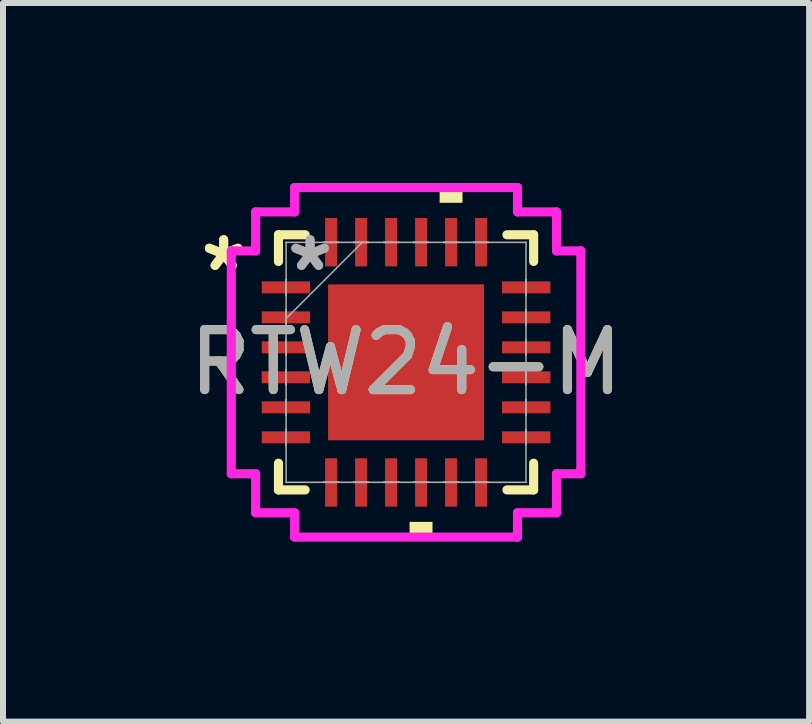
<source format=kicad_pcb>
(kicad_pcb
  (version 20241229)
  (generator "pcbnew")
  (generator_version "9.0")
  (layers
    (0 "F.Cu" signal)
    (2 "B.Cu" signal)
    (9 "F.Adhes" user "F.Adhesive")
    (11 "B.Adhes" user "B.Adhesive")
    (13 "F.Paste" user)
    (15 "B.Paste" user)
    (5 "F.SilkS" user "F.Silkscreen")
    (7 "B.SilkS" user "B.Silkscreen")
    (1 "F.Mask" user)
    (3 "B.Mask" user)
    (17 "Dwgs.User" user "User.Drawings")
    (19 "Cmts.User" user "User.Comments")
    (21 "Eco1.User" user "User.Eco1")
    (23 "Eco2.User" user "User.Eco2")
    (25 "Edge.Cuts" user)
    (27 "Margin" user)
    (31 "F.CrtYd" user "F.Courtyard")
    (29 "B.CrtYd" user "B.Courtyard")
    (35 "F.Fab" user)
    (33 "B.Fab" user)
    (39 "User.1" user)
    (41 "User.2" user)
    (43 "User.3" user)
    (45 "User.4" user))
  (footprint "RTW24-M"
    (layer "F.Cu")
    (at 3.72 2.991)
    (property "Reference" "RTW24-M" (at 0 0 0) (unlocked yes) (layer "F.SilkS") (effects (font (size 1 1) (thickness 0.15))))
    (attr smd)
    (fp_line (start -2.127 -2.127) (end -2.127 -1.682) (stroke (width 0.152) (type solid)) (layer "F.SilkS"))
    (fp_line (start -2.127 1.682) (end -2.127 2.127) (stroke (width 0.152) (type solid)) (layer "F.SilkS"))
    (fp_line (start -2.127 2.127) (end -1.682 2.127) (stroke (width 0.152) (type solid)) (layer "F.SilkS"))
    (fp_line (start -1.682 -2.127) (end -2.127 -2.127) (stroke (width 0.152) (type solid)) (layer "F.SilkS"))
    (fp_line (start 1.682 2.127) (end 2.127 2.127) (stroke (width 0.152) (type solid)) (layer "F.SilkS"))
    (fp_line (start 2.127 -2.127) (end 1.682 -2.127) (stroke (width 0.152) (type solid)) (layer "F.SilkS"))
    (fp_line (start 2.127 -1.682) (end 2.127 -2.127) (stroke (width 0.152) (type solid)) (layer "F.SilkS"))
    (fp_line (start 2.127 2.127) (end 2.127 1.682) (stroke (width 0.152) (type solid)) (layer "F.SilkS"))
    (fp_poly (pts (xy 0.059 2.66) (xy 0.059 2.914) (xy 0.441 2.914) (xy 0.441 2.66)) (stroke (width 0) (type solid)) (fill yes) (layer "F.SilkS"))
    (fp_poly (pts (xy 0.56 -2.66) (xy 0.56 -2.914) (xy 0.941 -2.914) (xy 0.941 -2.66)) (stroke (width 0) (type solid)) (fill yes) (layer "F.SilkS"))
    (fp_poly (pts (xy -1.2 -1.2) (xy -1.2 -0.1) (xy -0.1 -0.1) (xy -0.1 -1.2)) (stroke (width 0) (type solid)) (fill yes) (layer "F.Paste"))
    (fp_poly (pts (xy -1.2 0.1) (xy -1.2 1.2) (xy -0.1 1.2) (xy -0.1 0.1)) (stroke (width 0) (type solid)) (fill yes) (layer "F.Paste"))
    (fp_poly (pts (xy 0.1 -1.2) (xy 0.1 -0.1) (xy 1.2 -0.1) (xy 1.2 -1.2)) (stroke (width 0) (type solid)) (fill yes) (layer "F.Paste"))
    (fp_poly (pts (xy 0.1 0.1) (xy 0.1 1.2) (xy 1.2 1.2) (xy 1.2 0.1)) (stroke (width 0) (type solid)) (fill yes) (layer "F.Paste"))
    (fp_line (start -2.914 -1.858) (end -2.508 -1.858) (stroke (width 0.152) (type solid)) (layer "F.CrtYd"))
    (fp_line (start -2.914 1.858) (end -2.914 -1.858) (stroke (width 0.152) (type solid)) (layer "F.CrtYd"))
    (fp_line (start -2.508 -2.508) (end -1.858 -2.508) (stroke (width 0.152) (type solid)) (layer "F.CrtYd"))
    (fp_line (start -2.508 -1.858) (end -2.508 -2.508) (stroke (width 0.152) (type solid)) (layer "F.CrtYd"))
    (fp_line (start -2.508 1.858) (end -2.914 1.858) (stroke (width 0.152) (type solid)) (layer "F.CrtYd"))
    (fp_line (start -2.508 2.508) (end -2.508 1.858) (stroke (width 0.152) (type solid)) (layer "F.CrtYd"))
    (fp_line (start -1.858 -2.914) (end 1.858 -2.914) (stroke (width 0.152) (type solid)) (layer "F.CrtYd"))
    (fp_line (start -1.858 -2.508) (end -1.858 -2.914) (stroke (width 0.152) (type solid)) (layer "F.CrtYd"))
    (fp_line (start -1.858 2.508) (end -2.508 2.508) (stroke (width 0.152) (type solid)) (layer "F.CrtYd"))
    (fp_line (start -1.858 2.914) (end -1.858 2.508) (stroke (width 0.152) (type solid)) (layer "F.CrtYd"))
    (fp_line (start 1.858 -2.914) (end 1.858 -2.508) (stroke (width 0.152) (type solid)) (layer "F.CrtYd"))
    (fp_line (start 1.858 -2.508) (end 2.508 -2.508) (stroke (width 0.152) (type solid)) (layer "F.CrtYd"))
    (fp_line (start 1.858 2.508) (end 1.858 2.914) (stroke (width 0.152) (type solid)) (layer "F.CrtYd"))
    (fp_line (start 1.858 2.914) (end -1.858 2.914) (stroke (width 0.152) (type solid)) (layer "F.CrtYd"))
    (fp_line (start 2.508 -2.508) (end 2.508 -1.858) (stroke (width 0.152) (type solid)) (layer "F.CrtYd"))
    (fp_line (start 2.508 -1.858) (end 2.914 -1.858) (stroke (width 0.152) (type solid)) (layer "F.CrtYd"))
    (fp_line (start 2.508 1.858) (end 2.508 2.508) (stroke (width 0.152) (type solid)) (layer "F.CrtYd"))
    (fp_line (start 2.508 2.508) (end 1.858 2.508) (stroke (width 0.152) (type solid)) (layer "F.CrtYd"))
    (fp_line (start 2.914 -1.858) (end 2.914 1.858) (stroke (width 0.152) (type solid)) (layer "F.CrtYd"))
    (fp_line (start 2.914 1.858) (end 2.508 1.858) (stroke (width 0.152) (type solid)) (layer "F.CrtYd"))
    (fp_line (start -2 -2) (end -2 -2) (stroke (width 0.025) (type solid)) (layer "F.Fab"))
    (fp_line (start -2 -2) (end -2 2) (stroke (width 0.025) (type solid)) (layer "F.Fab"))
    (fp_line (start -2 -1.375) (end -2 -1.375) (stroke (width 0.025) (type solid)) (layer "F.Fab"))
    (fp_line (start -2 -1.375) (end -2 -1.125) (stroke (width 0.025) (type solid)) (layer "F.Fab"))
    (fp_line (start -2 -1.125) (end -2 -1.375) (stroke (width 0.025) (type solid)) (layer "F.Fab"))
    (fp_line (start -2 -1.125) (end -2 -1.125) (stroke (width 0.025) (type solid)) (layer "F.Fab"))
    (fp_line (start -2 -0.875) (end -2 -0.875) (stroke (width 0.025) (type solid)) (layer "F.Fab"))
    (fp_line (start -2 -0.875) (end -2 -0.625) (stroke (width 0.025) (type solid)) (layer "F.Fab"))
    (fp_line (start -2 -0.73) (end -0.73 -2) (stroke (width 0.025) (type solid)) (layer "F.Fab"))
    (fp_line (start -2 -0.625) (end -2 -0.875) (stroke (width 0.025) (type solid)) (layer "F.Fab"))
    (fp_line (start -2 -0.625) (end -2 -0.625) (stroke (width 0.025) (type solid)) (layer "F.Fab"))
    (fp_line (start -2 -0.375) (end -2 -0.375) (stroke (width 0.025) (type solid)) (layer "F.Fab"))
    (fp_line (start -2 -0.375) (end -2 -0.125) (stroke (width 0.025) (type solid)) (layer "F.Fab"))
    (fp_line (start -2 -0.125) (end -2 -0.375) (stroke (width 0.025) (type solid)) (layer "F.Fab"))
    (fp_line (start -2 -0.125) (end -2 -0.125) (stroke (width 0.025) (type solid)) (layer "F.Fab"))
    (fp_line (start -2 0.125) (end -2 0.125) (stroke (width 0.025) (type solid)) (layer "F.Fab"))
    (fp_line (start -2 0.125) (end -2 0.375) (stroke (width 0.025) (type solid)) (layer "F.Fab"))
    (fp_line (start -2 0.375) (end -2 0.125) (stroke (width 0.025) (type solid)) (layer "F.Fab"))
    (fp_line (start -2 0.375) (end -2 0.375) (stroke (width 0.025) (type solid)) (layer "F.Fab"))
    (fp_line (start -2 0.625) (end -2 0.625) (stroke (width 0.025) (type solid)) (layer "F.Fab"))
    (fp_line (start -2 0.625) (end -2 0.875) (stroke (width 0.025) (type solid)) (layer "F.Fab"))
    (fp_line (start -2 0.875) (end -2 0.625) (stroke (width 0.025) (type solid)) (layer "F.Fab"))
    (fp_line (start -2 0.875) (end -2 0.875) (stroke (width 0.025) (type solid)) (layer "F.Fab"))
    (fp_line (start -2 1.125) (end -2 1.125) (stroke (width 0.025) (type solid)) (layer "F.Fab"))
    (fp_line (start -2 1.125) (end -2 1.375) (stroke (width 0.025) (type solid)) (layer "F.Fab"))
    (fp_line (start -2 1.375) (end -2 1.125) (stroke (width 0.025) (type solid)) (layer "F.Fab"))
    (fp_line (start -2 1.375) (end -2 1.375) (stroke (width 0.025) (type solid)) (layer "F.Fab"))
    (fp_line (start -2 2) (end -2 2) (stroke (width 0.025) (type solid)) (layer "F.Fab"))
    (fp_line (start -2 2) (end 2 2) (stroke (width 0.025) (type solid)) (layer "F.Fab"))
    (fp_line (start -1.375 -2) (end -1.375 -2) (stroke (width 0.025) (type solid)) (layer "F.Fab"))
    (fp_line (start -1.375 -2) (end -1.125 -2) (stroke (width 0.025) (type solid)) (layer "F.Fab"))
    (fp_line (start -1.375 2) (end -1.375 2) (stroke (width 0.025) (type solid)) (layer "F.Fab"))
    (fp_line (start -1.375 2) (end -1.125 2) (stroke (width 0.025) (type solid)) (layer "F.Fab"))
    (fp_line (start -1.125 -2) (end -1.375 -2) (stroke (width 0.025) (type solid)) (layer "F.Fab"))
    (fp_line (start -1.125 -2) (end -1.125 -2) (stroke (width 0.025) (type solid)) (layer "F.Fab"))
    (fp_line (start -1.125 2) (end -1.375 2) (stroke (width 0.025) (type solid)) (layer "F.Fab"))
    (fp_line (start -1.125 2) (end -1.125 2) (stroke (width 0.025) (type solid)) (layer "F.Fab"))
    (fp_line (start -0.875 -2) (end -0.875 -2) (stroke (width 0.025) (type solid)) (layer "F.Fab"))
    (fp_line (start -0.875 -2) (end -0.625 -2) (stroke (width 0.025) (type solid)) (layer "F.Fab"))
    (fp_line (start -0.875 2) (end -0.875 2) (stroke (width 0.025) (type solid)) (layer "F.Fab"))
    (fp_line (start -0.875 2) (end -0.625 2) (stroke (width 0.025) (type solid)) (layer "F.Fab"))
    (fp_line (start -0.625 -2) (end -0.875 -2) (stroke (width 0.025) (type solid)) (layer "F.Fab"))
    (fp_line (start -0.625 -2) (end -0.625 -2) (stroke (width 0.025) (type solid)) (layer "F.Fab"))
    (fp_line (start -0.625 2) (end -0.875 2) (stroke (width 0.025) (type solid)) (layer "F.Fab"))
    (fp_line (start -0.625 2) (end -0.625 2) (stroke (width 0.025) (type solid)) (layer "F.Fab"))
    (fp_line (start -0.375 -2) (end -0.375 -2) (stroke (width 0.025) (type solid)) (layer "F.Fab"))
    (fp_line (start -0.375 -2) (end -0.125 -2) (stroke (width 0.025) (type solid)) (layer "F.Fab"))
    (fp_line (start -0.375 2) (end -0.375 2) (stroke (width 0.025) (type solid)) (layer "F.Fab"))
    (fp_line (start -0.375 2) (end -0.125 2) (stroke (width 0.025) (type solid)) (layer "F.Fab"))
    (fp_line (start -0.125 -2) (end -0.375 -2) (stroke (width 0.025) (type solid)) (layer "F.Fab"))
    (fp_line (start -0.125 -2) (end -0.125 -2) (stroke (width 0.025) (type solid)) (layer "F.Fab"))
    (fp_line (start -0.125 2) (end -0.375 2) (stroke (width 0.025) (type solid)) (layer "F.Fab"))
    (fp_line (start -0.125 2) (end -0.125 2) (stroke (width 0.025) (type solid)) (layer "F.Fab"))
    (fp_line (start 0.125 -2) (end 0.125 -2) (stroke (width 0.025) (type solid)) (layer "F.Fab"))
    (fp_line (start 0.125 -2) (end 0.375 -2) (stroke (width 0.025) (type solid)) (layer "F.Fab"))
    (fp_line (start 0.125 2) (end 0.125 2) (stroke (width 0.025) (type solid)) (layer "F.Fab"))
    (fp_line (start 0.125 2) (end 0.375 2) (stroke (width 0.025) (type solid)) (layer "F.Fab"))
    (fp_line (start 0.375 -2) (end 0.125 -2) (stroke (width 0.025) (type solid)) (layer "F.Fab"))
    (fp_line (start 0.375 -2) (end 0.375 -2) (stroke (width 0.025) (type solid)) (layer "F.Fab"))
    (fp_line (start 0.375 2) (end 0.125 2) (stroke (width 0.025) (type solid)) (layer "F.Fab"))
    (fp_line (start 0.375 2) (end 0.375 2) (stroke (width 0.025) (type solid)) (layer "F.Fab"))
    (fp_line (start 0.625 -2) (end 0.625 -2) (stroke (width 0.025) (type solid)) (layer "F.Fab"))
    (fp_line (start 0.625 -2) (end 0.875 -2) (stroke (width 0.025) (type solid)) (layer "F.Fab"))
    (fp_line (start 0.625 2) (end 0.625 2) (stroke (width 0.025) (type solid)) (layer "F.Fab"))
    (fp_line (start 0.625 2) (end 0.875 2) (stroke (width 0.025) (type solid)) (layer "F.Fab"))
    (fp_line (start 0.875 -2) (end 0.625 -2) (stroke (width 0.025) (type solid)) (layer "F.Fab"))
    (fp_line (start 0.875 -2) (end 0.875 -2) (stroke (width 0.025) (type solid)) (layer "F.Fab"))
    (fp_line (start 0.875 2) (end 0.625 2) (stroke (width 0.025) (type solid)) (layer "F.Fab"))
    (fp_line (start 0.875 2) (end 0.875 2) (stroke (width 0.025) (type solid)) (layer "F.Fab"))
    (fp_line (start 1.125 -2) (end 1.125 -2) (stroke (width 0.025) (type solid)) (layer "F.Fab"))
    (fp_line (start 1.125 -2) (end 1.375 -2) (stroke (width 0.025) (type solid)) (layer "F.Fab"))
    (fp_line (start 1.125 2) (end 1.125 2) (stroke (width 0.025) (type solid)) (layer "F.Fab"))
    (fp_line (start 1.125 2) (end 1.375 2) (stroke (width 0.025) (type solid)) (layer "F.Fab"))
    (fp_line (start 1.375 -2) (end 1.125 -2) (stroke (width 0.025) (type solid)) (layer "F.Fab"))
    (fp_line (start 1.375 -2) (end 1.375 -2) (stroke (width 0.025) (type solid)) (layer "F.Fab"))
    (fp_line (start 1.375 2) (end 1.125 2) (stroke (width 0.025) (type solid)) (layer "F.Fab"))
    (fp_line (start 1.375 2) (end 1.375 2) (stroke (width 0.025) (type solid)) (layer "F.Fab"))
    (fp_line (start 2 -2) (end -2 -2) (stroke (width 0.025) (type solid)) (layer "F.Fab"))
    (fp_line (start 2 -2) (end 2 -2) (stroke (width 0.025) (type solid)) (layer "F.Fab"))
    (fp_line (start 2 -1.375) (end 2 -1.375) (stroke (width 0.025) (type solid)) (layer "F.Fab"))
    (fp_line (start 2 -1.375) (end 2 -1.125) (stroke (width 0.025) (type solid)) (layer "F.Fab"))
    (fp_line (start 2 -1.125) (end 2 -1.375) (stroke (width 0.025) (type solid)) (layer "F.Fab"))
    (fp_line (start 2 -1.125) (end 2 -1.125) (stroke (width 0.025) (type solid)) (layer "F.Fab"))
    (fp_line (start 2 -0.875) (end 2 -0.875) (stroke (width 0.025) (type solid)) (layer "F.Fab"))
    (fp_line (start 2 -0.875) (end 2 -0.625) (stroke (width 0.025) (type solid)) (layer "F.Fab"))
    (fp_line (start 2 -0.625) (end 2 -0.875) (stroke (width 0.025) (type solid)) (layer "F.Fab"))
    (fp_line (start 2 -0.625) (end 2 -0.625) (stroke (width 0.025) (type solid)) (layer "F.Fab"))
    (fp_line (start 2 -0.375) (end 2 -0.375) (stroke (width 0.025) (type solid)) (layer "F.Fab"))
    (fp_line (start 2 -0.375) (end 2 -0.125) (stroke (width 0.025) (type solid)) (layer "F.Fab"))
    (fp_line (start 2 -0.125) (end 2 -0.375) (stroke (width 0.025) (type solid)) (layer "F.Fab"))
    (fp_line (start 2 -0.125) (end 2 -0.125) (stroke (width 0.025) (type solid)) (layer "F.Fab"))
    (fp_line (start 2 0.125) (end 2 0.125) (stroke (width 0.025) (type solid)) (layer "F.Fab"))
    (fp_line (start 2 0.125) (end 2 0.375) (stroke (width 0.025) (type solid)) (layer "F.Fab"))
    (fp_line (start 2 0.375) (end 2 0.125) (stroke (width 0.025) (type solid)) (layer "F.Fab"))
    (fp_line (start 2 0.375) (end 2 0.375) (stroke (width 0.025) (type solid)) (layer "F.Fab"))
    (fp_line (start 2 0.625) (end 2 0.625) (stroke (width 0.025) (type solid)) (layer "F.Fab"))
    (fp_line (start 2 0.625) (end 2 0.875) (stroke (width 0.025) (type solid)) (layer "F.Fab"))
    (fp_line (start 2 0.875) (end 2 0.625) (stroke (width 0.025) (type solid)) (layer "F.Fab"))
    (fp_line (start 2 0.875) (end 2 0.875) (stroke (width 0.025) (type solid)) (layer "F.Fab"))
    (fp_line (start 2 1.125) (end 2 1.125) (stroke (width 0.025) (type solid)) (layer "F.Fab"))
    (fp_line (start 2 1.125) (end 2 1.375) (stroke (width 0.025) (type solid)) (layer "F.Fab"))
    (fp_line (start 2 1.375) (end 2 1.125) (stroke (width 0.025) (type solid)) (layer "F.Fab"))
    (fp_line (start 2 1.375) (end 2 1.375) (stroke (width 0.025) (type solid)) (layer "F.Fab"))
    (fp_line (start 2 2) (end 2 -2) (stroke (width 0.025) (type solid)) (layer "F.Fab"))
    (fp_line (start 2 2) (end 2 2) (stroke (width 0.025) (type solid)) (layer "F.Fab"))
    (fp_text user "*" (at -3.041 -1.5 0) (layer "F.SilkS") (effects (font (size 1 1) (thickness 0.15))))
    (fp_text user "*" (at -3.041 -1.5 0) (unlocked yes) (layer "F.SilkS") (effects (font (size 1 1) (thickness 0.15))))
    (fp_text user "*" (at -1.6 -1.5 0) (unlocked yes) (layer "F.Fab") (effects (font (size 1 1) (thickness 0.15))))
    (fp_text user "*" (at -1.6 -1.5 0) (layer "F.Fab") (effects (font (size 1 1) (thickness 0.15))))
    (fp_text user "${REFERENCE}" (at 0 0 0) (unlocked yes) (layer "F.Fab") (effects (font (size 1 1) (thickness 0.15))))
    (pad "1" smd rect (at -2.003 -1.25 90) (size 0.199 0.806) (layers "F.Cu" "F.Mask" "F.Paste"))
    (pad "2" smd rect (at -2.003 -0.75 90) (size 0.199 0.806) (layers "F.Cu" "F.Mask" "F.Paste"))
    (pad "3" smd rect (at -2.003 -0.25 90) (size 0.199 0.806) (layers "F.Cu" "F.Mask" "F.Paste"))
    (pad "4" smd rect (at -2.003 0.25 90) (size 0.199 0.806) (layers "F.Cu" "F.Mask" "F.Paste"))
    (pad "5" smd rect (at -2.003 0.75 90) (size 0.199 0.806) (layers "F.Cu" "F.Mask" "F.Paste"))
    (pad "6" smd rect (at -2.003 1.25 90) (size 0.199 0.806) (layers "F.Cu" "F.Mask" "F.Paste"))
    (pad "7" smd rect (at -1.25 2.003) (size 0.199 0.806) (layers "F.Cu" "F.Mask" "F.Paste"))
    (pad "8" smd rect (at -0.75 2.003) (size 0.199 0.806) (layers "F.Cu" "F.Mask" "F.Paste"))
    (pad "9" smd rect (at -0.25 2.003) (size 0.199 0.806) (layers "F.Cu" "F.Mask" "F.Paste"))
    (pad "10" smd rect (at 0.25 2.003) (size 0.199 0.806) (layers "F.Cu" "F.Mask" "F.Paste"))
    (pad "11" smd rect (at 0.75 2.003) (size 0.199 0.806) (layers "F.Cu" "F.Mask" "F.Paste"))
    (pad "12" smd rect (at 1.25 2.003) (size 0.199 0.806) (layers "F.Cu" "F.Mask" "F.Paste"))
    (pad "13" smd rect (at 2.003 1.25 90) (size 0.199 0.806) (layers "F.Cu" "F.Mask" "F.Paste"))
    (pad "14" smd rect (at 2.003 0.75 90) (size 0.199 0.806) (layers "F.Cu" "F.Mask" "F.Paste"))
    (pad "15" smd rect (at 2.003 0.25 90) (size 0.199 0.806) (layers "F.Cu" "F.Mask" "F.Paste"))
    (pad "16" smd rect (at 2.003 -0.25 90) (size 0.199 0.806) (layers "F.Cu" "F.Mask" "F.Paste"))
    (pad "17" smd rect (at 2.003 -0.75 90) (size 0.199 0.806) (layers "F.Cu" "F.Mask" "F.Paste"))
    (pad "18" smd rect (at 2.003 -1.25 90) (size 0.199 0.806) (layers "F.Cu" "F.Mask" "F.Paste"))
    (pad "19" smd rect (at 1.25 -2.003) (size 0.199 0.806) (layers "F.Cu" "F.Mask" "F.Paste"))
    (pad "20" smd rect (at 0.75 -2.003) (size 0.199 0.806) (layers "F.Cu" "F.Mask" "F.Paste"))
    (pad "21" smd rect (at 0.25 -2.003) (size 0.199 0.806) (layers "F.Cu" "F.Mask" "F.Paste"))
    (pad "22" smd rect (at -0.25 -2.003) (size 0.199 0.806) (layers "F.Cu" "F.Mask" "F.Paste"))
    (pad "23" smd rect (at -0.75 -2.003) (size 0.199 0.806) (layers "F.Cu" "F.Mask" "F.Paste"))
    (pad "24" smd rect (at -1.25 -2.003) (size 0.199 0.806) (layers "F.Cu" "F.Mask" "F.Paste"))
    (pad "25" smd rect (at 0 0) (size 2.6 2.6) (layers "F.Cu" "F.Mask" "F.Paste")))
  (gr_rect
    (start -3 -3)
    (end 10.44 8.981)
    (stroke (width 0.1) (type default))
    (fill no)
    (layer "Edge.Cuts")))
</source>
